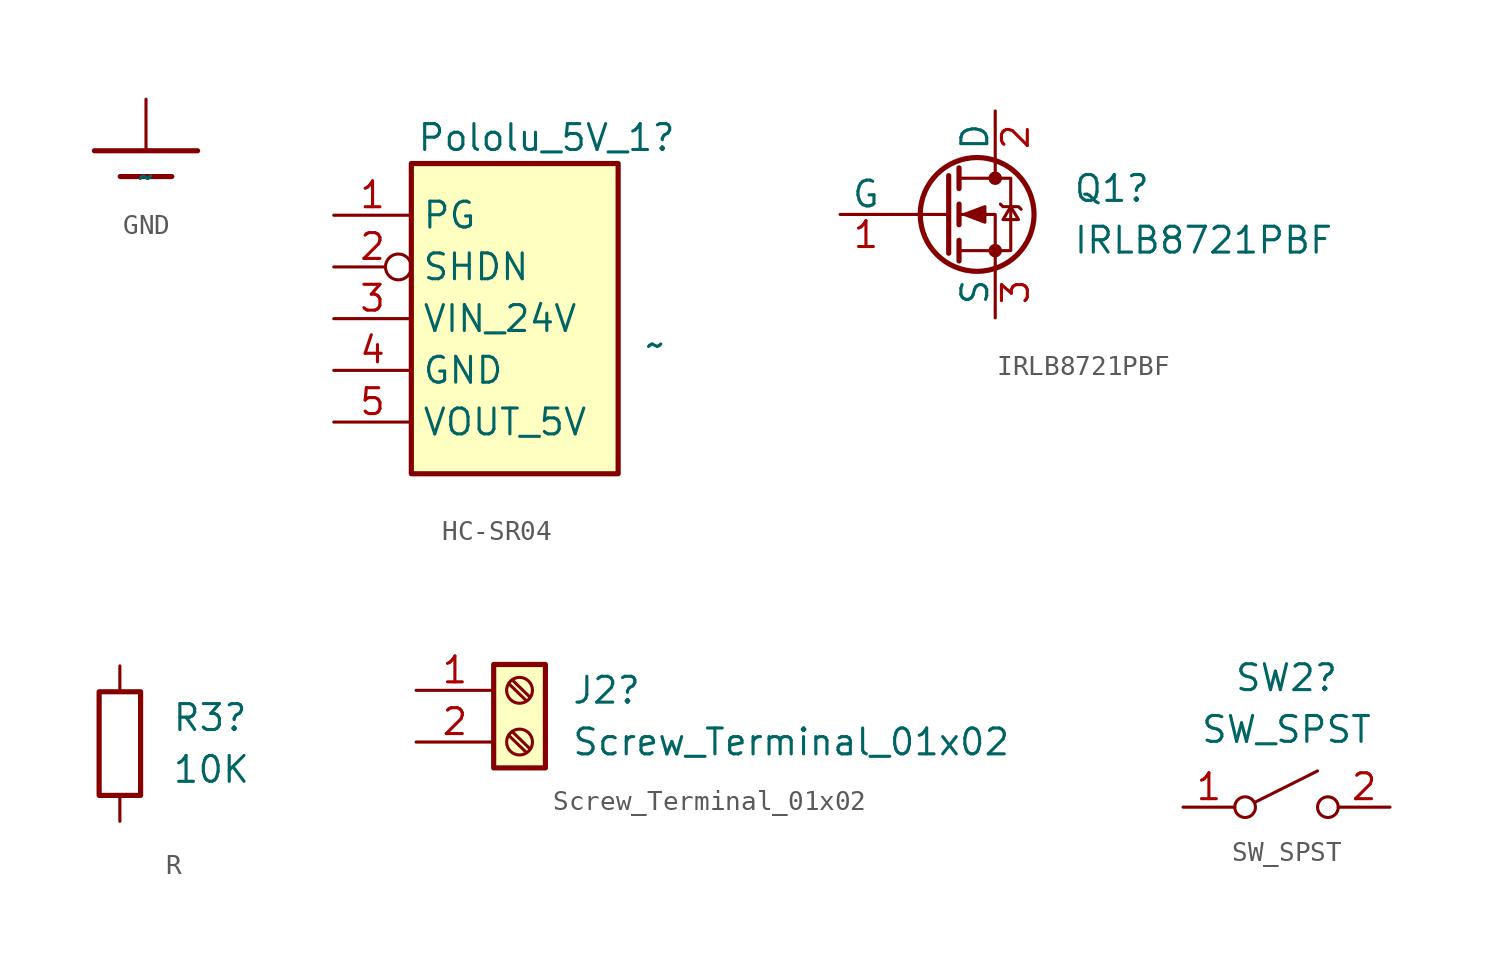
<source format=kicad_sym>
(kicad_symbol_lib
  (version 20231120)
  (generator "kicad_symbol_editor")
  (generator_version "8.0")
  (symbol "GND"
    (power)
    (property "Reference" "01"
      (at 0 0 0)
      (effects (font (size 1.27 1.27)) (hide yes)))
    (property "Value" "~"
      (at 0 -1.27 0)
      (effects (font (size 1.27 1.079))))
    (property "ki_locked" ""
      (at 0 0 0)
      (effects (font (size 1.27 1.27))))
    (symbol "GND_1_0"
      (polyline (pts (xy -2.54 0) (xy 2.54 0)) (stroke (width 0.254) (type solid)) (fill (type none)))
      (pin power_in line (at 0 2.54 270) (length 2.54) (name "GND" (effects (font (size 0 0)))) (number "1" (effects (font (size 0 0))))))
    (symbol "GND_1_1"
      (polyline (pts (xy -1.27 -1.27) (xy 1.27 -1.27)) (stroke (width 0.254) (type default)) (fill (type none)))))
  (symbol "HC-SR04"
    (property "Reference" "Pololu_5V_1"
      (at 0.254 8.89 0)
      (effects (font (size 1.27 1.27)) (justify left)))
    (property "Value" "~"
      (at 11.43 -1.27 0)
      (effects (font (size 1.27 1.27)) (justify left)))
    (symbol "HC-SR04_0_1"
      (rectangle (start 0 7.62) (end 10.16 -7.62) (stroke (width 0.254) (type default)) (fill (type background))))
    (symbol "HC-SR04_1_1"
      (pin output line (at -3.81 5.08 0) (length 3.81) (name "PG" (effects (font (size 1.27 1.27)))) (number "1" (effects (font (size 1.27 1.27)))))
      (pin input inverted (at -3.81 2.54 0) (length 3.81) (name "SHDN" (effects (font (size 1.27 1.27)))) (number "2" (effects (font (size 1.27 1.27)))))
      (pin input line (at -3.81 0 0) (length 3.81) (name "VIN_24V" (effects (font (size 1.27 1.27)))) (number "3" (effects (font (size 1.27 1.27)))))
      (pin output line (at -3.81 -2.54 0) (length 3.81) (name "GND" (effects (font (size 1.27 1.27)))) (number "4" (effects (font (size 1.27 1.27)))))
      (pin output line (at -3.81 -5.08 0) (length 3.81) (name "VOUT_5V" (effects (font (size 1.27 1.27)))) (number "5" (effects (font (size 1.27 1.27)))))))
  (symbol "IRLB8721PBF"
    (pin_names
      (offset 0))
    (property "Reference" "Q1"
      (at 6.35 1.27 0)
      (effects (font (size 1.27 1.27)) (justify left)))
    (property "Value" "IRLB8721PBF"
      (at 6.35 -1.27 0)
      (effects (font (size 1.27 1.27)) (justify left)))
    (symbol "IRLB8721PBF_0_1"
      (polyline (pts (xy 0.254 0) (xy -2.54 0)) (stroke (width 0) (type default)) (fill (type none)))
      (polyline (pts (xy 0.254 1.905) (xy 0.254 -1.905)) (stroke (width 0.254) (type default)) (fill (type none)))
      (polyline (pts (xy 0.762 -1.27) (xy 0.762 -2.286)) (stroke (width 0.254) (type default)) (fill (type none)))
      (polyline (pts (xy 0.762 0.508) (xy 0.762 -0.508)) (stroke (width 0.254) (type default)) (fill (type none)))
      (polyline (pts (xy 0.762 2.286) (xy 0.762 1.27)) (stroke (width 0.254) (type default)) (fill (type none)))
      (polyline (pts (xy 2.54 2.54) (xy 2.54 1.778)) (stroke (width 0) (type default)) (fill (type none)))
      (polyline (pts (xy 2.54 -2.54) (xy 2.54 0) (xy 0.762 0)) (stroke (width 0) (type default)) (fill (type none)))
      (polyline (pts (xy 0.762 -1.778) (xy 3.302 -1.778) (xy 3.302 1.778) (xy 0.762 1.778)) (stroke (width 0) (type default)) (fill (type none)))
      (polyline (pts (xy 1.016 0) (xy 2.032 0.381) (xy 2.032 -0.381) (xy 1.016 0)) (stroke (width 0) (type default)) (fill (type outline)))
      (polyline (pts (xy 2.794 0.508) (xy 2.921 0.381) (xy 3.683 0.381) (xy 3.81 0.254)) (stroke (width 0) (type default)) (fill (type none)))
      (polyline (pts (xy 3.302 0.381) (xy 2.921 -0.254) (xy 3.683 -0.254) (xy 3.302 0.381)) (stroke (width 0) (type default)) (fill (type none)))
      (circle (center 1.651 0) (radius 2.794) (stroke (width 0.254) (type default)) (fill (type none)))
      (circle (center 2.54 -1.778) (radius 0.254) (stroke (width 0) (type default)) (fill (type outline)))
      (circle (center 2.54 1.778) (radius 0.254) (stroke (width 0) (type default)) (fill (type outline))))
    (symbol "IRLB8721PBF_1_1"
      (pin input line (at -5.08 0 0) (length 2.54) (name "G" (effects (font (size 1.27 1.27)))) (number "1" (effects (font (size 1.27 1.27)))))
      (pin passive line (at 2.54 5.08 270) (length 2.54) (name "D" (effects (font (size 1.27 1.27)))) (number "2" (effects (font (size 1.27 1.27)))))
      (pin passive line (at 2.54 -5.08 90) (length 2.54) (name "S" (effects (font (size 1.27 1.27)))) (number "3" (effects (font (size 1.27 1.27)))))))
  (symbol "R"
    (pin_numbers hide)
    (pin_names
      (offset 0))
    (property "Reference" "R3"
      (at 2.54 1.27 0)
      (effects (font (size 1.27 1.27)) (justify left)))
    (property "Value" "10K"
      (at 2.54 -1.27 0)
      (effects (font (size 1.27 1.27)) (justify left)))
    (symbol "R_0_1"
      (rectangle (start -1.016 2.54) (end 1.016 -2.54) (stroke (width 0.254) (type default)) (fill (type none))))
    (symbol "R_1_1"
      (pin passive line (at 0 3.81 270) (length 1.27) (name "~" (effects (font (size 1.27 1.27)))) (number "1" (effects (font (size 1.27 1.27)))))
      (pin passive line (at 0 -3.81 90) (length 1.27) (name "~" (effects (font (size 1.27 1.27)))) (number "2" (effects (font (size 1.27 1.27)))))))
  (symbol "Screw_Terminal_01x02"
    (pin_names
      (offset 1.016) hide)
    (property "Reference" "J2"
      (at 2.54 0.0001 0)
      (effects (font (size 1.27 1.27)) (justify left)))
    (property "Value" "Screw_Terminal_01x02"
      (at 2.54 -2.54 0)
      (effects (font (size 1.27 1.27)) (justify left)))
    (symbol "Screw_Terminal_01x02_1_1"
      (rectangle (start -1.27 1.27) (end 1.27 -3.81) (stroke (width 0.254) (type default)) (fill (type background)))
      (circle (center 0 -2.54) (radius 0.635) (stroke (width 0.152) (type default)) (fill (type none)))
      (polyline (pts (xy -0.533 -2.21) (xy 0.33 -3.048)) (stroke (width 0.152) (type default)) (fill (type none)))
      (polyline (pts (xy -0.533 0.33) (xy 0.33 -0.508)) (stroke (width 0.152) (type default)) (fill (type none)))
      (polyline (pts (xy -0.356 -2.032) (xy 0.508 -2.87)) (stroke (width 0.152) (type default)) (fill (type none)))
      (polyline (pts (xy -0.356 0.508) (xy 0.508 -0.33)) (stroke (width 0.152) (type default)) (fill (type none)))
      (circle (center 0 0) (radius 0.635) (stroke (width 0.152) (type default)) (fill (type none)))
      (pin passive line (at -5.08 0 0) (length 3.81) (name "Pin_1" (effects (font (size 1.27 1.27)))) (number "1" (effects (font (size 1.27 1.27)))))
      (pin passive line (at -5.08 -2.54 0) (length 3.81) (name "Pin_2" (effects (font (size 1.27 1.27)))) (number "2" (effects (font (size 1.27 1.27)))))))
  (symbol "SW_SPST"
    (pin_names
      (offset 0) hide)
    (property "Reference" "SW2"
      (at 0 6.35 0)
      (effects (font (size 1.27 1.27))))
    (property "Value" "SW_SPST"
      (at 0 3.81 0)
      (effects (font (size 1.27 1.27))))
    (symbol "SW_SPST_0_0"
      (circle (center -2.032 0) (radius 0.508) (stroke (width 0) (type default)) (fill (type none)))
      (polyline (pts (xy -1.524 0.254) (xy 1.524 1.778)) (stroke (width 0) (type default)) (fill (type none)))
      (circle (center 2.032 0) (radius 0.508) (stroke (width 0) (type default)) (fill (type none))))
    (symbol "SW_SPST_1_1"
      (pin passive line (at -5.08 0 0) (length 2.54) (name "" (effects (font (size 1.27 1.27)))) (number "1" (effects (font (size 1.27 1.27)))))
      (pin passive line (at 5.08 0 180) (length 2.54) (name "" (effects (font (size 1.27 1.27)))) (number "2" (effects (font (size 1.27 1.27))))))))
</source>
